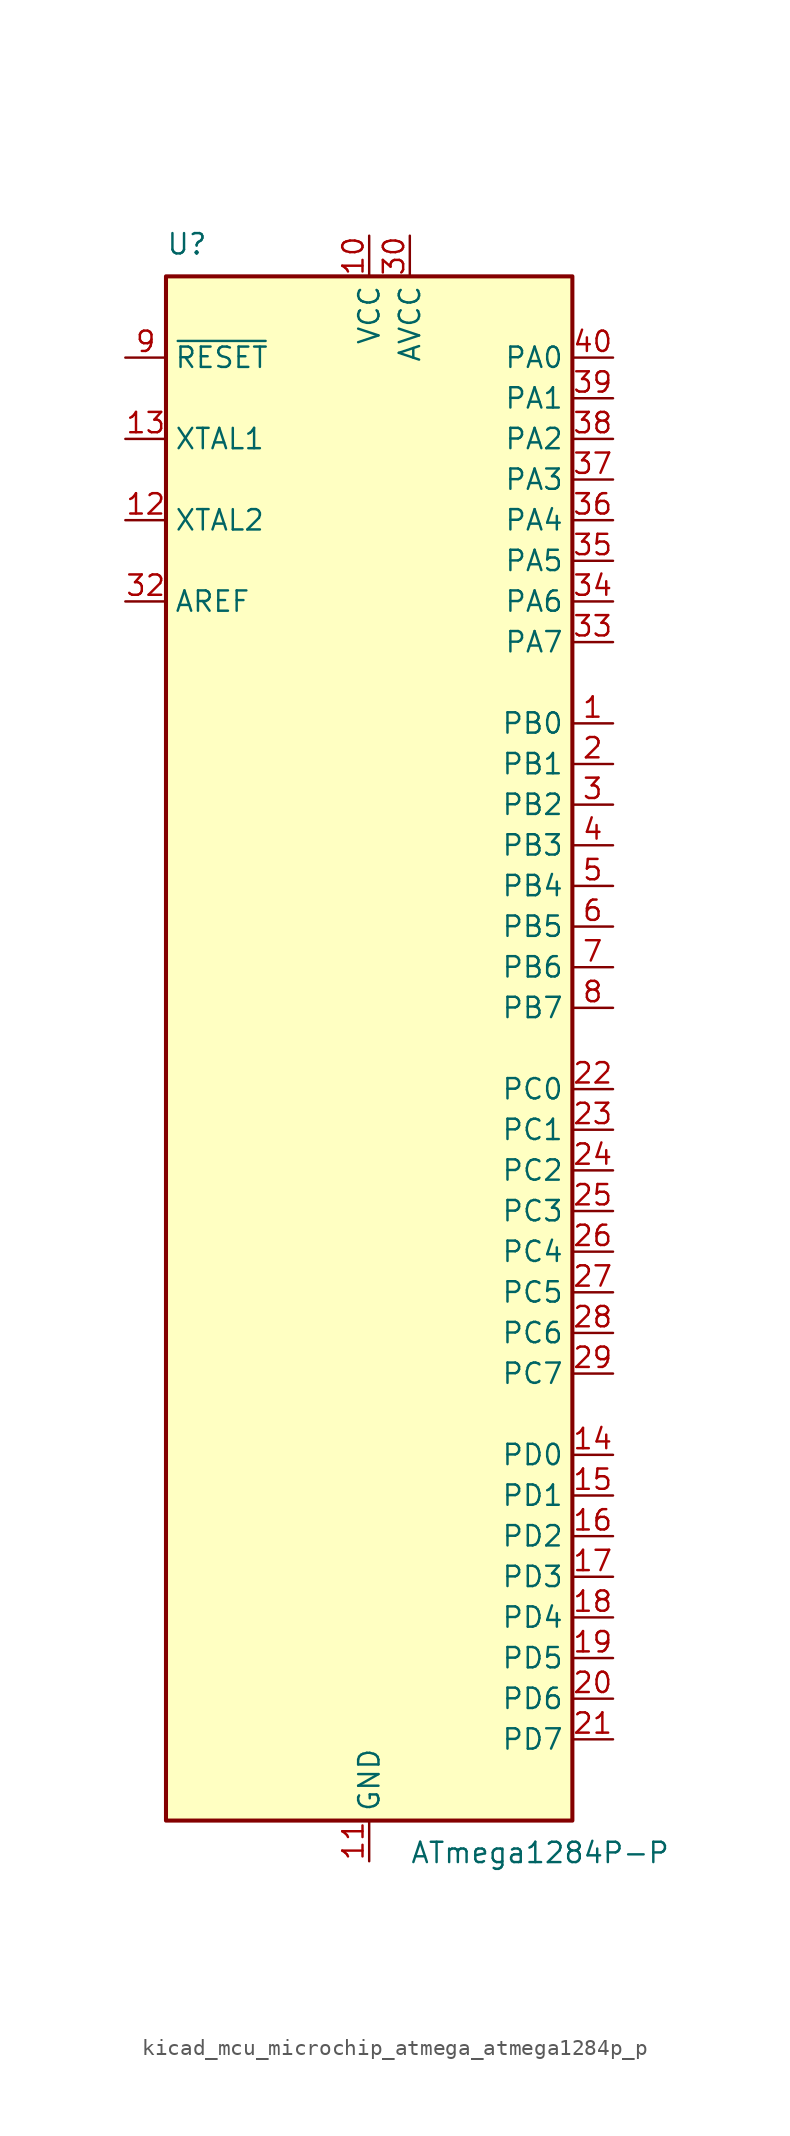
<source format=kicad_sym>
(kicad_symbol_lib
  (version 20220914)
  (generator kicad_symbol_editor)
  (symbol "kicad_mcu_microchip_atmega_atmega1284p_p"
    (property "Reference" "U"
      (at -12.7 49.53 0)
      (effects (font (size 1.27 1.27)) (justify left bottom)))
    (property "Value" "ATmega1284P-P"
      (at 2.54 -49.53 0)
      (effects (font (size 1.27 1.27)) (justify left top)))
    (symbol "kicad_mcu_microchip_atmega_atmega1284p_p_0_1"
      (rectangle (start -12.7 -48.26) (end 12.7 48.26) (stroke (width 0.254) (type default)) (fill (type background))))
    (symbol "kicad_mcu_microchip_atmega_atmega1284p_p_1_1"
      (pin bidirectional line (at 15.24 20.32 180) (length 2.54) (name "PB0" (effects (font (size 1.27 1.27)))) (number "1" (effects (font (size 1.27 1.27)))))
      (pin power_in line (at 0 50.8 270) (length 2.54) (name "VCC" (effects (font (size 1.27 1.27)))) (number "10" (effects (font (size 1.27 1.27)))))
      (pin power_in line (at 0 -50.8 90) (length 2.54) (name "GND" (effects (font (size 1.27 1.27)))) (number "11" (effects (font (size 1.27 1.27)))))
      (pin output line (at -15.24 33.02 0) (length 2.54) (name "XTAL2" (effects (font (size 1.27 1.27)))) (number "12" (effects (font (size 1.27 1.27)))))
      (pin input line (at -15.24 38.1 0) (length 2.54) (name "XTAL1" (effects (font (size 1.27 1.27)))) (number "13" (effects (font (size 1.27 1.27)))))
      (pin bidirectional line (at 15.24 -25.4 180) (length 2.54) (name "PD0" (effects (font (size 1.27 1.27)))) (number "14" (effects (font (size 1.27 1.27)))))
      (pin bidirectional line (at 15.24 -27.94 180) (length 2.54) (name "PD1" (effects (font (size 1.27 1.27)))) (number "15" (effects (font (size 1.27 1.27)))))
      (pin bidirectional line (at 15.24 -30.48 180) (length 2.54) (name "PD2" (effects (font (size 1.27 1.27)))) (number "16" (effects (font (size 1.27 1.27)))))
      (pin bidirectional line (at 15.24 -33.02 180) (length 2.54) (name "PD3" (effects (font (size 1.27 1.27)))) (number "17" (effects (font (size 1.27 1.27)))))
      (pin bidirectional line (at 15.24 -35.56 180) (length 2.54) (name "PD4" (effects (font (size 1.27 1.27)))) (number "18" (effects (font (size 1.27 1.27)))))
      (pin bidirectional line (at 15.24 -38.1 180) (length 2.54) (name "PD5" (effects (font (size 1.27 1.27)))) (number "19" (effects (font (size 1.27 1.27)))))
      (pin bidirectional line (at 15.24 17.78 180) (length 2.54) (name "PB1" (effects (font (size 1.27 1.27)))) (number "2" (effects (font (size 1.27 1.27)))))
      (pin bidirectional line (at 15.24 -40.64 180) (length 2.54) (name "PD6" (effects (font (size 1.27 1.27)))) (number "20" (effects (font (size 1.27 1.27)))))
      (pin bidirectional line (at 15.24 -43.18 180) (length 2.54) (name "PD7" (effects (font (size 1.27 1.27)))) (number "21" (effects (font (size 1.27 1.27)))))
      (pin bidirectional line (at 15.24 -2.54 180) (length 2.54) (name "PC0" (effects (font (size 1.27 1.27)))) (number "22" (effects (font (size 1.27 1.27)))))
      (pin bidirectional line (at 15.24 -5.08 180) (length 2.54) (name "PC1" (effects (font (size 1.27 1.27)))) (number "23" (effects (font (size 1.27 1.27)))))
      (pin bidirectional line (at 15.24 -7.62 180) (length 2.54) (name "PC2" (effects (font (size 1.27 1.27)))) (number "24" (effects (font (size 1.27 1.27)))))
      (pin bidirectional line (at 15.24 -10.16 180) (length 2.54) (name "PC3" (effects (font (size 1.27 1.27)))) (number "25" (effects (font (size 1.27 1.27)))))
      (pin bidirectional line (at 15.24 -12.7 180) (length 2.54) (name "PC4" (effects (font (size 1.27 1.27)))) (number "26" (effects (font (size 1.27 1.27)))))
      (pin bidirectional line (at 15.24 -15.24 180) (length 2.54) (name "PC5" (effects (font (size 1.27 1.27)))) (number "27" (effects (font (size 1.27 1.27)))))
      (pin bidirectional line (at 15.24 -17.78 180) (length 2.54) (name "PC6" (effects (font (size 1.27 1.27)))) (number "28" (effects (font (size 1.27 1.27)))))
      (pin bidirectional line (at 15.24 -20.32 180) (length 2.54) (name "PC7" (effects (font (size 1.27 1.27)))) (number "29" (effects (font (size 1.27 1.27)))))
      (pin bidirectional line (at 15.24 15.24 180) (length 2.54) (name "PB2" (effects (font (size 1.27 1.27)))) (number "3" (effects (font (size 1.27 1.27)))))
      (pin power_in line (at 2.54 50.8 270) (length 2.54) (name "AVCC" (effects (font (size 1.27 1.27)))) (number "30" (effects (font (size 1.27 1.27)))))
      (pin passive line (at 0 -50.8 90) (length 2.54) hide (name "GND" (effects (font (size 1.27 1.27)))) (number "31" (effects (font (size 1.27 1.27)))))
      (pin passive line (at -15.24 27.94 0) (length 2.54) (name "AREF" (effects (font (size 1.27 1.27)))) (number "32" (effects (font (size 1.27 1.27)))))
      (pin bidirectional line (at 15.24 25.4 180) (length 2.54) (name "PA7" (effects (font (size 1.27 1.27)))) (number "33" (effects (font (size 1.27 1.27)))))
      (pin bidirectional line (at 15.24 27.94 180) (length 2.54) (name "PA6" (effects (font (size 1.27 1.27)))) (number "34" (effects (font (size 1.27 1.27)))))
      (pin bidirectional line (at 15.24 30.48 180) (length 2.54) (name "PA5" (effects (font (size 1.27 1.27)))) (number "35" (effects (font (size 1.27 1.27)))))
      (pin bidirectional line (at 15.24 33.02 180) (length 2.54) (name "PA4" (effects (font (size 1.27 1.27)))) (number "36" (effects (font (size 1.27 1.27)))))
      (pin bidirectional line (at 15.24 35.56 180) (length 2.54) (name "PA3" (effects (font (size 1.27 1.27)))) (number "37" (effects (font (size 1.27 1.27)))))
      (pin bidirectional line (at 15.24 38.1 180) (length 2.54) (name "PA2" (effects (font (size 1.27 1.27)))) (number "38" (effects (font (size 1.27 1.27)))))
      (pin bidirectional line (at 15.24 40.64 180) (length 2.54) (name "PA1" (effects (font (size 1.27 1.27)))) (number "39" (effects (font (size 1.27 1.27)))))
      (pin bidirectional line (at 15.24 12.7 180) (length 2.54) (name "PB3" (effects (font (size 1.27 1.27)))) (number "4" (effects (font (size 1.27 1.27)))))
      (pin bidirectional line (at 15.24 43.18 180) (length 2.54) (name "PA0" (effects (font (size 1.27 1.27)))) (number "40" (effects (font (size 1.27 1.27)))))
      (pin bidirectional line (at 15.24 10.16 180) (length 2.54) (name "PB4" (effects (font (size 1.27 1.27)))) (number "5" (effects (font (size 1.27 1.27)))))
      (pin bidirectional line (at 15.24 7.62 180) (length 2.54) (name "PB5" (effects (font (size 1.27 1.27)))) (number "6" (effects (font (size 1.27 1.27)))))
      (pin bidirectional line (at 15.24 5.08 180) (length 2.54) (name "PB6" (effects (font (size 1.27 1.27)))) (number "7" (effects (font (size 1.27 1.27)))))
      (pin bidirectional line (at 15.24 2.54 180) (length 2.54) (name "PB7" (effects (font (size 1.27 1.27)))) (number "8" (effects (font (size 1.27 1.27)))))
      (pin input line (at -15.24 43.18 0) (length 2.54) (name "~{RESET}" (effects (font (size 1.27 1.27)))) (number "9" (effects (font (size 1.27 1.27))))))))
</source>
